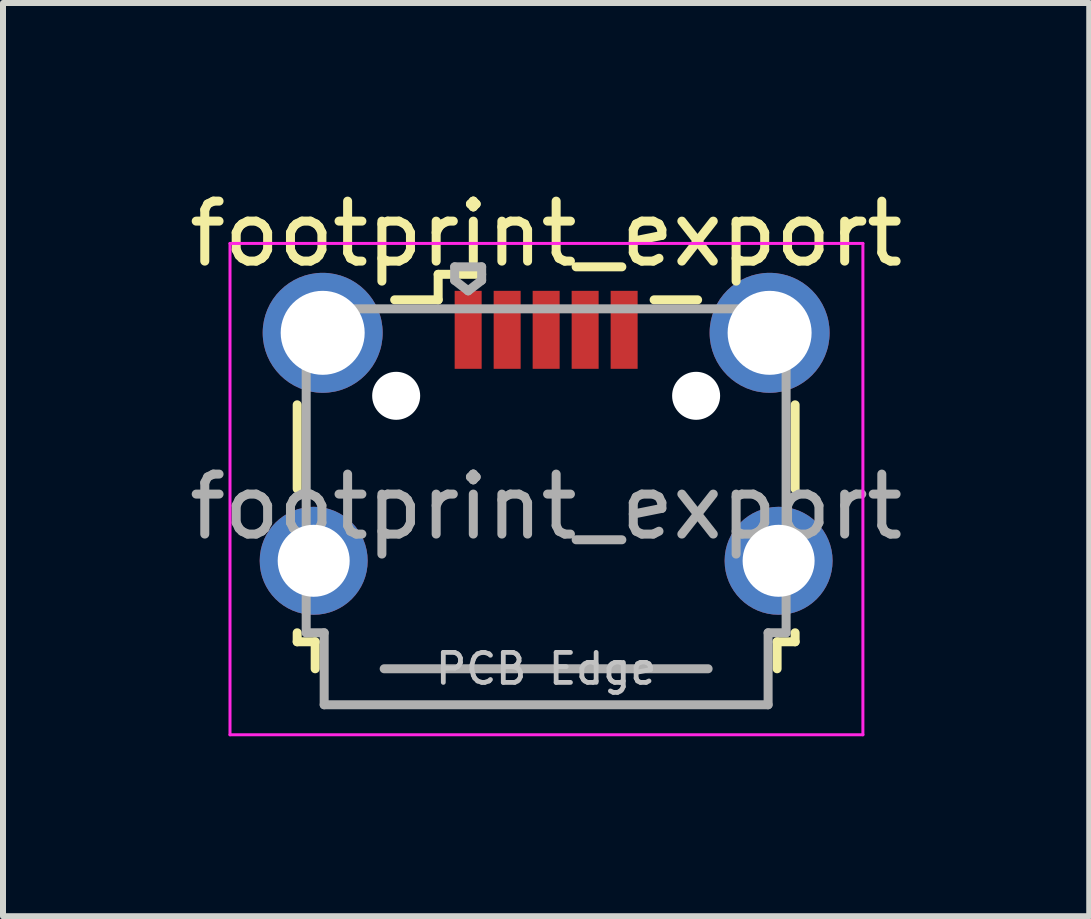
<source format=kicad_pcb>
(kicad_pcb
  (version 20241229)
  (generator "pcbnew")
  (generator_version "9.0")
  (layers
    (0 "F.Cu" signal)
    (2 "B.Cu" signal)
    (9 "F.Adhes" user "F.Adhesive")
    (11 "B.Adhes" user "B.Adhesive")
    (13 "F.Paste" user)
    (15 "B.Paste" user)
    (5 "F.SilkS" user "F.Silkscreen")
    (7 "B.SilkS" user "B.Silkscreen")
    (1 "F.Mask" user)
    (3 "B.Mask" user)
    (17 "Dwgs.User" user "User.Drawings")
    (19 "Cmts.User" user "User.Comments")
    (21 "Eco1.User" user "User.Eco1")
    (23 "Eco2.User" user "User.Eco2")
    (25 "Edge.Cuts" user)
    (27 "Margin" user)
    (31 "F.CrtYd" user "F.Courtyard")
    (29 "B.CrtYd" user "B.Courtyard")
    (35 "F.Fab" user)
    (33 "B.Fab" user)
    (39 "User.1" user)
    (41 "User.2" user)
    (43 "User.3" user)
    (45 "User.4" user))
  (footprint "footprint_export"
    (layer "F.Cu")
    (at 6.054 4.348)
    (property "Reference" "footprint_export" (at 0 -3.5 0) (layer "F.SilkS") (effects (font (size 1 1) (thickness 0.15))))
    (attr smd)
    (fp_line (start -4.15 -0.65) (end -4.15 0.75) (stroke (width 0.15) (type solid)) (layer "F.SilkS"))
    (fp_line (start -4.15 3.15) (end -4.15 3.3) (stroke (width 0.15) (type solid)) (layer "F.SilkS"))
    (fp_line (start -4.15 3.3) (end -3.85 3.3) (stroke (width 0.15) (type solid)) (layer "F.SilkS"))
    (fp_line (start -3.85 3.3) (end -3.85 3.75) (stroke (width 0.15) (type solid)) (layer "F.SilkS"))
    (fp_line (start -1.8 -2.825) (end -1.8 -2.4) (stroke (width 0.15) (type solid)) (layer "F.SilkS"))
    (fp_line (start -1.8 -2.4) (end -2.525 -2.4) (stroke (width 0.15) (type solid)) (layer "F.SilkS"))
    (fp_line (start -1.075 -2.825) (end -1.8 -2.825) (stroke (width 0.15) (type solid)) (layer "F.SilkS"))
    (fp_line (start 1.8 -2.4) (end 2.525 -2.4) (stroke (width 0.15) (type solid)) (layer "F.SilkS"))
    (fp_line (start 3.85 3.3) (end 4.15 3.3) (stroke (width 0.15) (type solid)) (layer "F.SilkS"))
    (fp_line (start 3.85 3.75) (end 3.85 3.3) (stroke (width 0.15) (type solid)) (layer "F.SilkS"))
    (fp_line (start 4.15 0.75) (end 4.15 -0.65) (stroke (width 0.15) (type solid)) (layer "F.SilkS"))
    (fp_line (start 4.15 3.3) (end 4.15 3.15) (stroke (width 0.15) (type solid)) (layer "F.SilkS"))
    (fp_line (start -5.27 -3.34) (end -5.27 4.85) (stroke (width 0.05) (type solid)) (layer "F.CrtYd"))
    (fp_line (start -5.27 4.85) (end 5.28 4.85) (stroke (width 0.05) (type solid)) (layer "F.CrtYd"))
    (fp_line (start 5.28 -3.34) (end -5.27 -3.34) (stroke (width 0.05) (type solid)) (layer "F.CrtYd"))
    (fp_line (start 5.28 4.85) (end 5.28 -3.34) (stroke (width 0.05) (type solid)) (layer "F.CrtYd"))
    (fp_line (start -4 -2.25) (end -4 3.15) (stroke (width 0.15) (type solid)) (layer "F.Fab"))
    (fp_line (start -4 3.15) (end -3.7 3.15) (stroke (width 0.15) (type solid)) (layer "F.Fab"))
    (fp_line (start -3.7 3.15) (end -3.7 4.35) (stroke (width 0.15) (type solid)) (layer "F.Fab"))
    (fp_line (start -3.7 4.35) (end 3.7 4.35) (stroke (width 0.15) (type solid)) (layer "F.Fab"))
    (fp_line (start -2.7 3.75) (end 2.7 3.75) (stroke (width 0.15) (type solid)) (layer "F.Fab"))
    (fp_line (start -1.525 -2.95) (end -1.075 -2.95) (stroke (width 0.15) (type solid)) (layer "F.Fab"))
    (fp_line (start -1.525 -2.725) (end -1.525 -2.95) (stroke (width 0.15) (type solid)) (layer "F.Fab"))
    (fp_line (start -1.3 -2.55) (end -1.525 -2.725) (stroke (width 0.15) (type solid)) (layer "F.Fab"))
    (fp_line (start -1.075 -2.95) (end -1.075 -2.725) (stroke (width 0.15) (type solid)) (layer "F.Fab"))
    (fp_line (start -1.075 -2.725) (end -1.3 -2.55) (stroke (width 0.15) (type solid)) (layer "F.Fab"))
    (fp_line (start 3.7 3.15) (end 4 3.15) (stroke (width 0.15) (type solid)) (layer "F.Fab"))
    (fp_line (start 3.7 4.35) (end 3.7 3.15) (stroke (width 0.15) (type solid)) (layer "F.Fab"))
    (fp_line (start 4 -2.25) (end -4 -2.25) (stroke (width 0.15) (type solid)) (layer "F.Fab"))
    (fp_line (start 4 3.15) (end 4 -2.25) (stroke (width 0.15) (type solid)) (layer "F.Fab"))
    (fp_text user "PCB Edge" (at 0 3.75 0) (layer "Dwgs.User") (effects (font (size 0.5 0.5) (thickness 0.08))))
    (fp_text user "${REFERENCE}" (at 0 1.05 0) (layer "F.Fab") (effects (font (size 1 1) (thickness 0.15))))
    (pad "" np_thru_hole circle (at -2.5 -0.8) (size 0.8 0.8) (drill 0.8) (layers "*.Cu" "*.Mask"))
    (pad "" np_thru_hole circle (at 2.5 -0.8) (size 0.8 0.8) (drill 0.8) (layers "*.Cu" "*.Mask"))
    (pad "1" smd rect (at -1.3 -1.9) (size 0.45 1.3) (layers "F.Cu" "F.Mask" "F.Paste"))
    (pad "2" smd rect (at -0.65 -1.9) (size 0.45 1.3) (layers "F.Cu" "F.Mask" "F.Paste"))
    (pad "3" smd rect (at 0 -1.9) (size 0.45 1.3) (layers "F.Cu" "F.Mask" "F.Paste"))
    (pad "4" smd rect (at 0.65 -1.9) (size 0.45 1.3) (layers "F.Cu" "F.Mask" "F.Paste"))
    (pad "5" smd rect (at 1.3 -1.9) (size 0.45 1.3) (layers "F.Cu" "F.Mask" "F.Paste"))
    (pad "6" thru_hole circle (at -3.875 1.95) (size 1.8 1.8) (drill 1.2) (layers "*.Cu" "*.Mask"))
    (pad "6" thru_hole circle (at -3.725 -1.85) (size 2 2) (drill 1.4) (layers "*.Cu" "*.Mask"))
    (pad "6" thru_hole circle (at 3.725 -1.85) (size 2 2) (drill 1.4) (layers "*.Cu" "*.Mask"))
    (pad "6" thru_hole circle (at 3.875 1.95) (size 1.8 1.8) (drill 1.2) (layers "*.Cu" "*.Mask")))
  (gr_rect
    (start -3 -3)
    (end 15.107 12.223)
    (stroke (width 0.1) (type default))
    (fill no)
    (layer "Edge.Cuts")))
</source>
